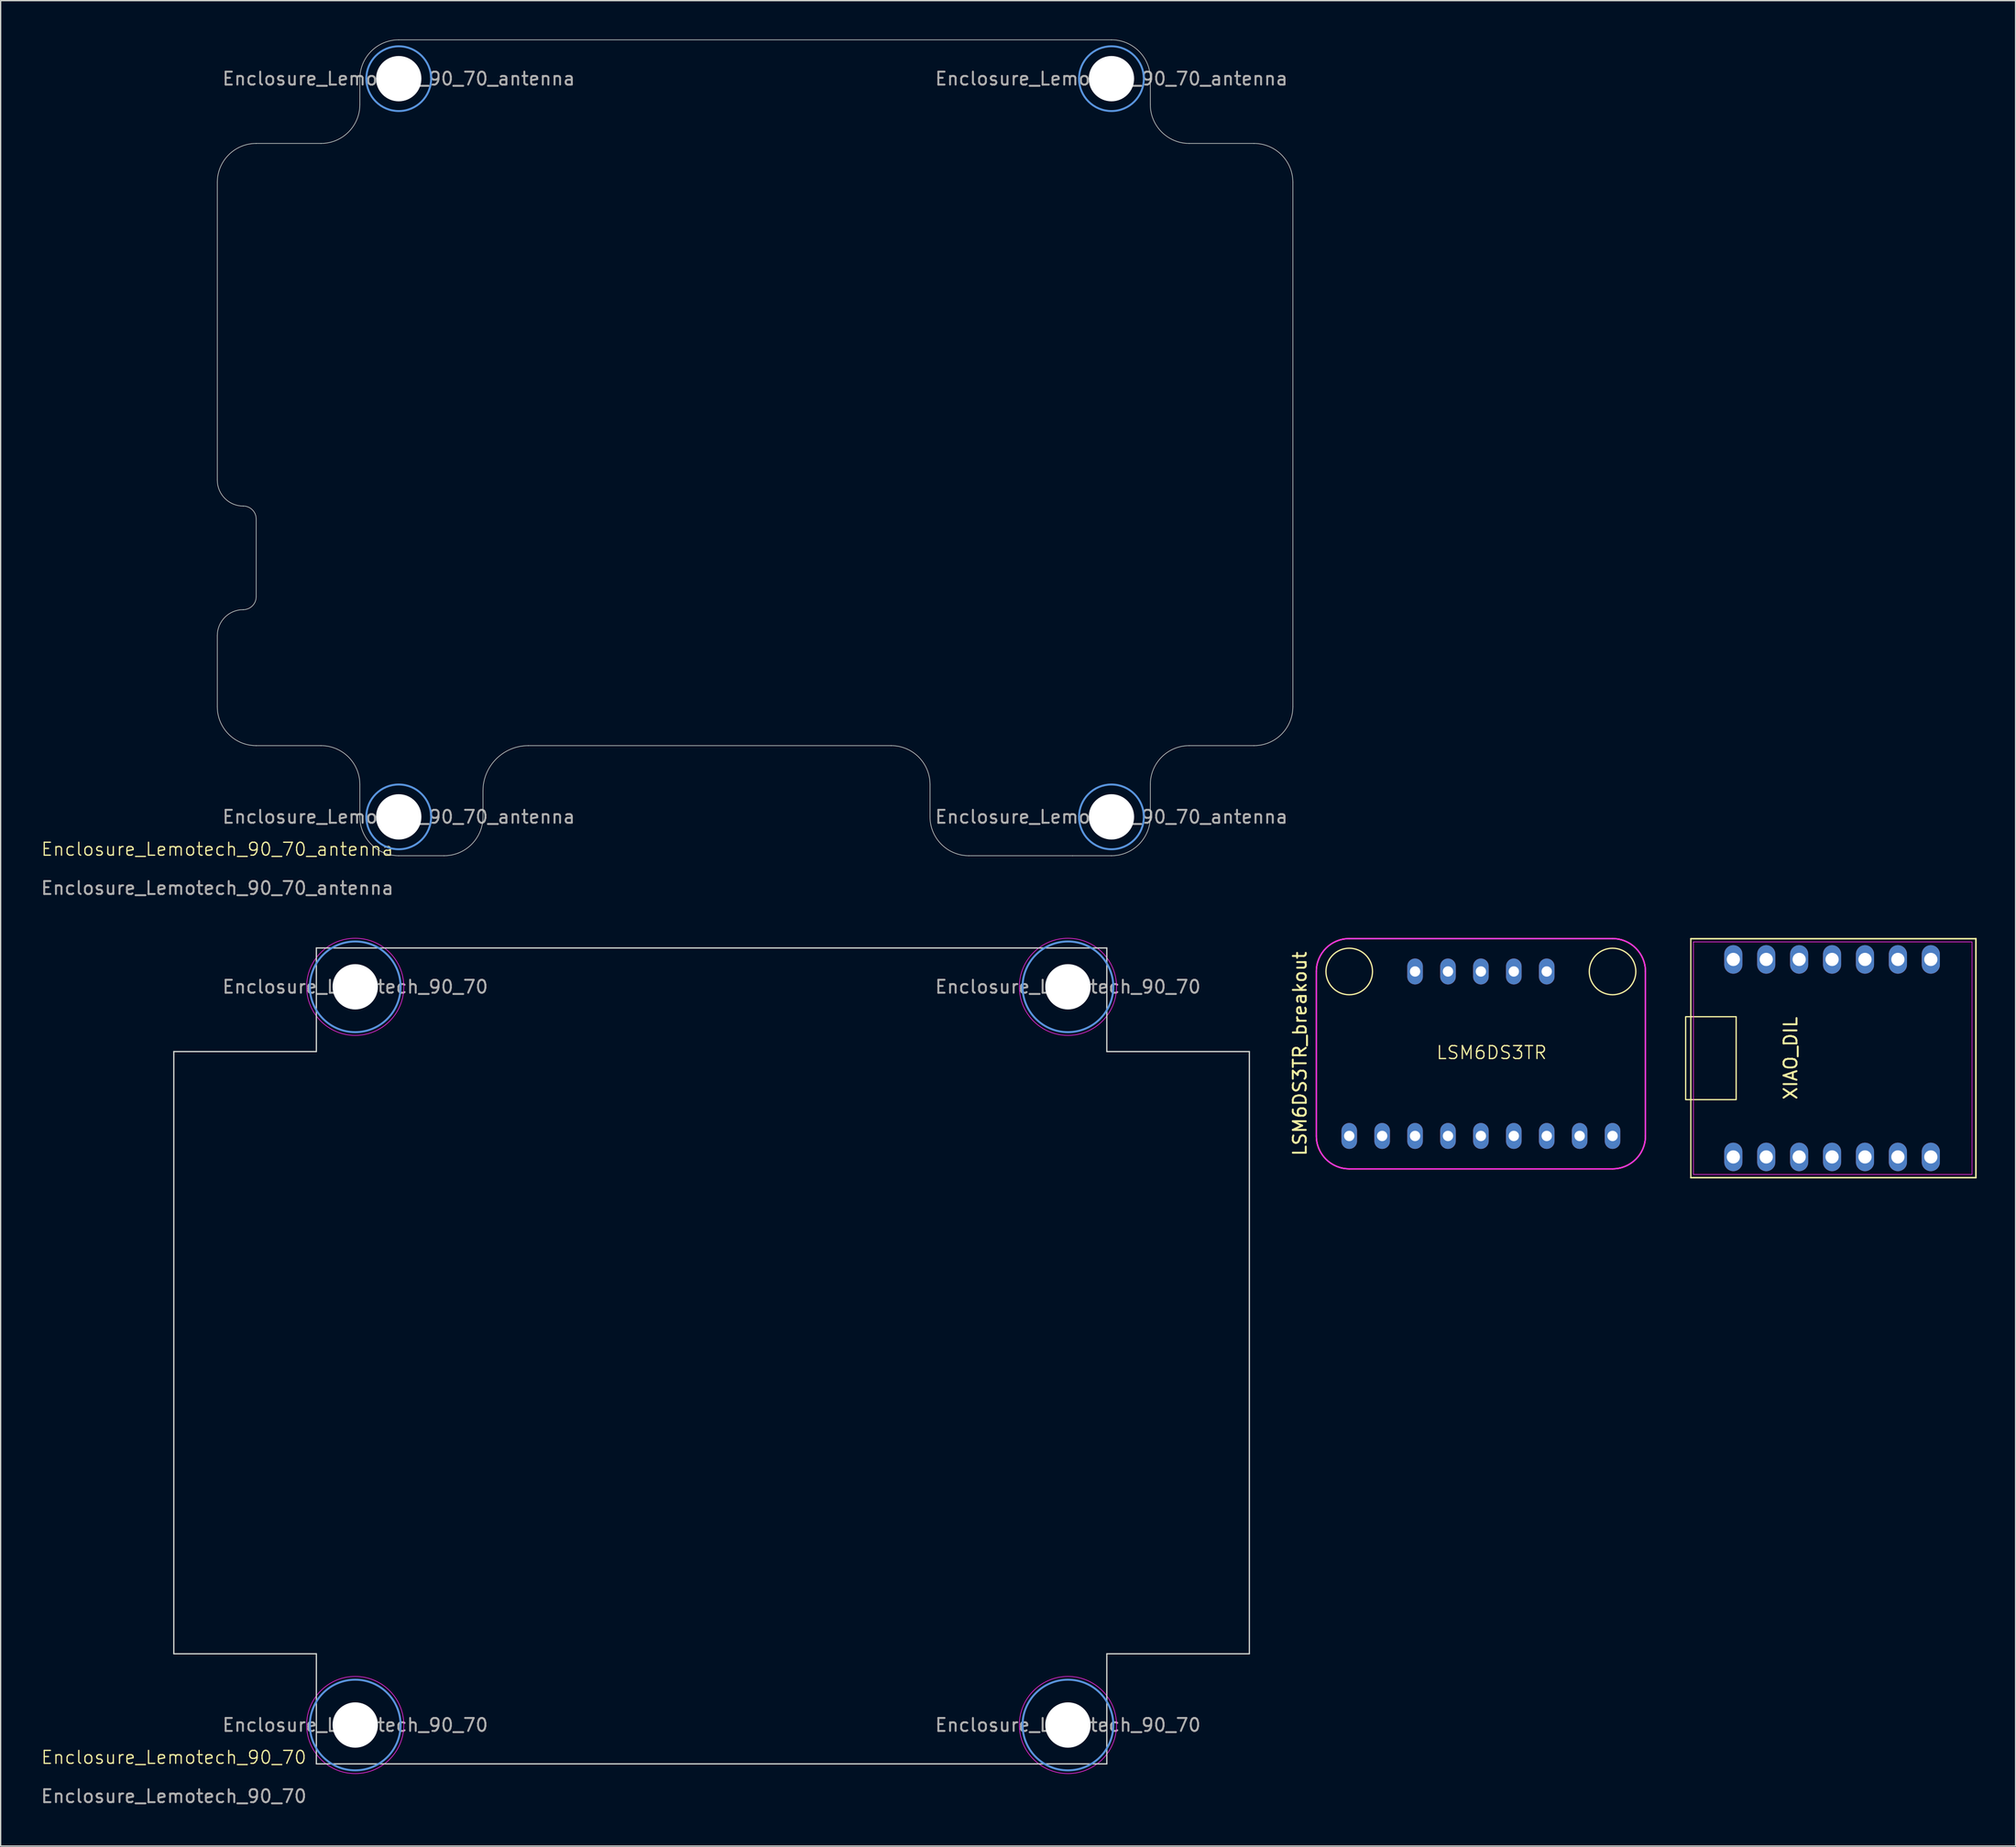
<source format=kicad_pcb>
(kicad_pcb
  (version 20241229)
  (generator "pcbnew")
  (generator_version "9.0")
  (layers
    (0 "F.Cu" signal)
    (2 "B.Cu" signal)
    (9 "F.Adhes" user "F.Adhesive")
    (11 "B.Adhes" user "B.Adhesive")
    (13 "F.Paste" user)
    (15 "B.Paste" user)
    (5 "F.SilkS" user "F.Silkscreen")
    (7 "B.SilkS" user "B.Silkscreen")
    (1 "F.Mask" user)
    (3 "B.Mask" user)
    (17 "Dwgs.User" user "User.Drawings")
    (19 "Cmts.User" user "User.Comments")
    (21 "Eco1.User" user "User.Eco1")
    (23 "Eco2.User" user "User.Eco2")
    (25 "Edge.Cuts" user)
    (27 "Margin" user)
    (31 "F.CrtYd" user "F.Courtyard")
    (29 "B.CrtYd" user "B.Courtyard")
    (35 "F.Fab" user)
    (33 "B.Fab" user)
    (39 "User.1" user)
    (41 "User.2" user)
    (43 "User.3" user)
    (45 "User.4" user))
  (footprint "XIAO_DIL"
    (layer "F.Cu")
    (at 138.331 78.658)
    (property "Reference" "XIAO_DIL" (at -3.2 0 90) (layer "F.SilkS") (effects (font (size 1 1) (thickness 0.15))))
    (fp_line (start -10.9 9.225) (end -10.9 -9.2) (stroke (width 0.1) (type default)) (layer "F.SilkS"))
    (fp_line (start -10.9 9.225) (end 11.1 9.225) (stroke (width 0.12) (type default)) (layer "F.SilkS"))
    (fp_line (start 11.1 -9.225) (end -10.9 -9.225) (stroke (width 0.12) (type default)) (layer "F.SilkS"))
    (fp_line (start 11.1 9.225) (end 11.1 -9.225) (stroke (width 0.12) (type default)) (layer "F.SilkS"))
    (fp_rect (start -11.3 -3.2) (end -7.4 3.2) (stroke (width 0.1) (type default)) (fill no) (layer "F.SilkS"))
    (fp_line (start -10.7 -8.98) (end 10.8 -8.98) (stroke (width 0.05) (type default)) (layer "F.CrtYd"))
    (fp_line (start -10.7 8.98) (end -10.7 -8.98) (stroke (width 0.05) (type default)) (layer "F.CrtYd"))
    (fp_line (start 10.8 -8.98) (end 10.8 8.98) (stroke (width 0.05) (type default)) (layer "F.CrtYd"))
    (fp_line (start 10.8 8.98) (end -10.7 8.98) (stroke (width 0.05) (type default)) (layer "F.CrtYd"))
    (pad "1" thru_hole oval (at -7.62 7.625) (size 1.4 2.2) (drill 1.02) (layers "*.Cu" "*.Mask"))
    (pad "2" thru_hole oval (at -5.08 7.625) (size 1.4 2.2) (drill 1.02) (layers "*.Cu" "*.Mask"))
    (pad "3" thru_hole oval (at -2.54 7.625) (size 1.4 2.2) (drill 1.02) (layers "*.Cu" "*.Mask"))
    (pad "4" thru_hole oval (at 0 7.625) (size 1.4 2.2) (drill 1.02) (layers "*.Cu" "*.Mask"))
    (pad "5" thru_hole oval (at 2.54 7.625) (size 1.4 2.2) (drill 1.02) (layers "*.Cu" "*.Mask"))
    (pad "6" thru_hole oval (at 5.08 7.625) (size 1.4 2.2) (drill 1.02) (layers "*.Cu" "*.Mask"))
    (pad "7" thru_hole oval (at 7.62 7.625) (size 1.4 2.2) (drill 1.02) (layers "*.Cu" "*.Mask"))
    (pad "8" thru_hole oval (at 7.62 -7.625) (size 1.4 2.2) (drill 1.02) (layers "*.Cu" "*.Mask"))
    (pad "9" thru_hole oval (at 5.08 -7.625) (size 1.4 2.2) (drill 1.02) (layers "*.Cu" "*.Mask"))
    (pad "10" thru_hole oval (at 2.54 -7.625) (size 1.4 2.2) (drill 1.02) (layers "*.Cu" "*.Mask"))
    (pad "11" thru_hole oval (at 0 -7.625) (size 1.4 2.2) (drill 1.02) (layers "*.Cu" "*.Mask"))
    (pad "12" thru_hole oval (at -2.54 -7.625) (size 1.4 2.2) (drill 1.02) (layers "*.Cu" "*.Mask"))
    (pad "13" thru_hole oval (at -5.08 -7.625) (size 1.4 2.2) (drill 1.02) (layers "*.Cu" "*.Mask"))
    (pad "14" thru_hole oval (at -7.62 -7.625) (size 1.4 2.2) (drill 1.02) (layers "*.Cu" "*.Mask")))
  (footprint "LSM6DS3TR_breakout"
    (layer "F.Cu")
    (at 111.231 78.313)
    (property "Reference" "LSM6DS3TR_breakout" (at -13.97 0 90) (layer "F.SilkS") (effects (font (size 1 1) (thickness 0.15))))
    (fp_line (start -12.7 6.35) (end -12.7 -6.35) (stroke (width 0.1) (type default)) (layer "F.SilkS"))
    (fp_line (start -10.16 -8.89) (end 10.16 -8.89) (stroke (width 0.1) (type default)) (layer "F.SilkS"))
    (fp_line (start 10.16 8.89) (end -10.16 8.89) (stroke (width 0.1) (type default)) (layer "F.SilkS"))
    (fp_line (start 12.7 -6.35) (end 12.7 6.35) (stroke (width 0.1) (type default)) (layer "F.SilkS"))
    (fp_arc (start -12.7 -6.35) (mid -11.956051 -8.146051) (end -10.16 -8.89) (stroke (width 0.1) (type default)) (layer "F.SilkS"))
    (fp_arc (start -10.16 8.89) (mid -11.956051 8.146051) (end -12.7 6.35) (stroke (width 0.1) (type default)) (layer "F.SilkS"))
    (fp_arc (start 10.16 -8.89) (mid 11.956051 -8.146051) (end 12.7 -6.35) (stroke (width 0.1) (type default)) (layer "F.SilkS"))
    (fp_arc (start 12.7 6.35) (mid 11.956051 8.146051) (end 10.16 8.89) (stroke (width 0.1) (type default)) (layer "F.SilkS"))
    (fp_circle (center -10.16 -6.35) (end -8.89 -7.62) (stroke (width 0.1) (type default)) (fill no) (layer "F.SilkS"))
    (fp_circle (center 10.16 -6.35) (end 11.43 -7.62) (stroke (width 0.1) (type default)) (fill no) (layer "F.SilkS"))
    (fp_poly (pts (arc (start 10.16 8.89) (mid 11.956051 8.146051) (end 12.7 6.35)) (arc (start 12.7 -6.35) (mid 11.956051 -8.146051) (end 10.16 -8.89)) (arc (start -10.16 -8.89) (mid -11.956051 -8.146051) (end -12.7 -6.35)) (arc (start -12.7 6.35) (mid -11.956051 8.146051) (end -10.16 8.89))) (stroke (width 0.1) (type solid)) (fill no) (layer "F.CrtYd"))
    (fp_text user "LSM6DS3TR" (at -3.5 0.5 0) (unlocked yes) (layer "F.SilkS") (effects (font (size 1 1) (thickness 0.1)) (justify left bottom)))
    (pad "1" thru_hole oval (at -10.16 6.35) (size 1.2 2) (drill 0.8) (layers "*.Cu" "*.Mask"))
    (pad "2" thru_hole oval (at -7.62 6.35) (size 1.2 2) (drill 0.8) (layers "*.Cu" "*.Mask"))
    (pad "3" thru_hole oval (at -5.08 6.35) (size 1.2 2) (drill 0.8) (layers "*.Cu" "*.Mask"))
    (pad "4" thru_hole oval (at -2.54 6.35) (size 1.2 2) (drill 0.8) (layers "*.Cu" "*.Mask"))
    (pad "5" thru_hole oval (at 0 6.35) (size 1.2 2) (drill 0.8) (layers "*.Cu" "*.Mask"))
    (pad "6" thru_hole oval (at 2.54 6.35) (size 1.2 2) (drill 0.8) (layers "*.Cu" "*.Mask"))
    (pad "7" thru_hole oval (at 5.08 6.35) (size 1.2 2) (drill 0.8) (layers "*.Cu" "*.Mask"))
    (pad "8" thru_hole oval (at 7.62 6.35) (size 1.2 2) (drill 0.8) (layers "*.Cu" "*.Mask"))
    (pad "9" thru_hole oval (at 10.16 6.35) (size 1.2 2) (drill 0.8) (layers "*.Cu" "*.Mask"))
    (pad "10" thru_hole oval (at 5.08 -6.35) (size 1.2 2) (drill 0.8) (layers "*.Cu" "*.Mask"))
    (pad "11" thru_hole oval (at 2.54 -6.35) (size 1.2 2) (drill 0.8) (layers "*.Cu" "*.Mask"))
    (pad "12" thru_hole oval (at 0 -6.35) (size 1.2 2) (drill 0.8) (layers "*.Cu" "*.Mask"))
    (pad "13" thru_hole oval (at -2.54 -6.35) (size 1.2 2) (drill 0.8) (layers "*.Cu" "*.Mask"))
    (pad "14" thru_hole oval (at -5.08 -6.35) (size 1.2 2) (drill 0.8) (layers "*.Cu" "*.Mask")))
  (footprint "Enclosure_Lemotech_90_70_antenna"
    (layer "F.Cu")
    (at 13.72 63.025)
    (property "Reference" "Enclosure_Lemotech_90_70_antenna" (at 0 -0.5 0) (unlocked yes) (layer "F.SilkS") (effects (font (size 1 1) (thickness 0.1))))
    (attr through_hole)
    (fp_circle (center 14 -60) (end 16.5 -60) (stroke (width 0.15) (type solid)) (fill no) (layer "Cmts.User"))
    (fp_circle (center 14 -3) (end 16.5 -3) (stroke (width 0.15) (type solid)) (fill no) (layer "Cmts.User"))
    (fp_circle (center 69 -60) (end 71.5 -60) (stroke (width 0.15) (type solid)) (fill no) (layer "Cmts.User"))
    (fp_circle (center 69 -3) (end 71.5 -3) (stroke (width 0.15) (type solid)) (fill no) (layer "Cmts.User"))
    (fp_line (start 0 -52) (end 0 -29) (stroke (width 0.05) (type default)) (layer "Edge.Cuts"))
    (fp_line (start 0 -17) (end 0 -11.5) (stroke (width 0.05) (type default)) (layer "Edge.Cuts"))
    (fp_line (start 3 -55) (end 8 -55) (stroke (width 0.05) (type default)) (layer "Edge.Cuts"))
    (fp_line (start 3 -26) (end 3 -20) (stroke (width 0.05) (type default)) (layer "Edge.Cuts"))
    (fp_line (start 8 -8.5) (end 3 -8.5) (stroke (width 0.05) (type default)) (layer "Edge.Cuts"))
    (fp_line (start 11 -58) (end 11 -60) (stroke (width 0.05) (type default)) (layer "Edge.Cuts"))
    (fp_line (start 11 -5.5) (end 11 -3) (stroke (width 0.05) (type default)) (layer "Edge.Cuts"))
    (fp_line (start 14 -63) (end 69 -63) (stroke (width 0.05) (type default)) (layer "Edge.Cuts"))
    (fp_line (start 14 0) (end 17.5 0) (stroke (width 0.05) (type default)) (layer "Edge.Cuts"))
    (fp_line (start 20.5 -5) (end 20.5 -3) (stroke (width 0.05) (type default)) (layer "Edge.Cuts"))
    (fp_line (start 52 -8.5) (end 24 -8.5) (stroke (width 0.05) (type default)) (layer "Edge.Cuts"))
    (fp_line (start 55 -3) (end 55 -5.5) (stroke (width 0.05) (type default)) (layer "Edge.Cuts"))
    (fp_line (start 66 0) (end 58 0) (stroke (width 0.05) (type default)) (layer "Edge.Cuts"))
    (fp_line (start 69 0) (end 66 0) (stroke (width 0.05) (type default)) (layer "Edge.Cuts"))
    (fp_line (start 72 -60) (end 72 -58) (stroke (width 0.05) (type default)) (layer "Edge.Cuts"))
    (fp_line (start 72 -5.5) (end 72 -3) (stroke (width 0.05) (type default)) (layer "Edge.Cuts"))
    (fp_line (start 75 -55) (end 80 -55) (stroke (width 0.05) (type default)) (layer "Edge.Cuts"))
    (fp_line (start 80 -8.5) (end 75 -8.5) (stroke (width 0.05) (type default)) (layer "Edge.Cuts"))
    (fp_line (start 83 -52) (end 83 -11.5) (stroke (width 0.05) (type default)) (layer "Edge.Cuts"))
    (fp_arc (start 0 -52) (mid 0.87868 -54.12132) (end 3 -55) (stroke (width 0.05) (type default)) (layer "Edge.Cuts"))
    (fp_arc (start 0 -17) (mid 0.585786 -18.414214) (end 2 -19) (stroke (width 0.05) (type default)) (layer "Edge.Cuts"))
    (fp_arc (start 2 -27) (mid 0.585786 -27.585786) (end 0 -29) (stroke (width 0.05) (type default)) (layer "Edge.Cuts"))
    (fp_arc (start 2 -27) (mid 2.707107 -26.707107) (end 3 -26) (stroke (width 0.05) (type default)) (layer "Edge.Cuts"))
    (fp_arc (start 3 -20) (mid 2.707107 -19.292894) (end 2 -19) (stroke (width 0.05) (type default)) (layer "Edge.Cuts"))
    (fp_arc (start 3 -8.5) (mid 0.87868 -9.37868) (end 0 -11.5) (stroke (width 0.05) (type default)) (layer "Edge.Cuts"))
    (fp_arc (start 8 -8.5) (mid 10.12132 -7.62132) (end 11 -5.5) (stroke (width 0.05) (type default)) (layer "Edge.Cuts"))
    (fp_arc (start 11 -60) (mid 11.87868 -62.12132) (end 14 -63) (stroke (width 0.05) (type default)) (layer "Edge.Cuts"))
    (fp_arc (start 11 -58) (mid 10.12132 -55.87868) (end 8 -55) (stroke (width 0.05) (type default)) (layer "Edge.Cuts"))
    (fp_arc (start 14 0) (mid 11.87868 -0.87868) (end 11 -3) (stroke (width 0.05) (type default)) (layer "Edge.Cuts"))
    (fp_arc (start 20.5 -5) (mid 21.525126 -7.474874) (end 24 -8.5) (stroke (width 0.05) (type default)) (layer "Edge.Cuts"))
    (fp_arc (start 20.5 -3) (mid 19.62132 -0.87868) (end 17.5 0) (stroke (width 0.05) (type default)) (layer "Edge.Cuts"))
    (fp_arc (start 52 -8.5) (mid 54.12132 -7.62132) (end 55 -5.5) (stroke (width 0.05) (type default)) (layer "Edge.Cuts"))
    (fp_arc (start 58 0) (mid 55.87868 -0.87868) (end 55 -3) (stroke (width 0.05) (type default)) (layer "Edge.Cuts"))
    (fp_arc (start 69 -63) (mid 71.12132 -62.12132) (end 72 -60) (stroke (width 0.05) (type default)) (layer "Edge.Cuts"))
    (fp_arc (start 72 -5.5) (mid 72.87868 -7.62132) (end 75 -8.5) (stroke (width 0.05) (type default)) (layer "Edge.Cuts"))
    (fp_arc (start 72 -3) (mid 71.12132 -0.87868) (end 69 0) (stroke (width 0.05) (type default)) (layer "Edge.Cuts"))
    (fp_arc (start 75 -55) (mid 72.87868 -55.87868) (end 72 -58) (stroke (width 0.05) (type default)) (layer "Edge.Cuts"))
    (fp_arc (start 80 -55) (mid 82.12132 -54.12132) (end 83 -52) (stroke (width 0.05) (type default)) (layer "Edge.Cuts"))
    (fp_arc (start 83 -11.5) (mid 82.12132 -9.37868) (end 80 -8.5) (stroke (width 0.05) (type default)) (layer "Edge.Cuts"))
    (fp_circle (center 14 -60) (end 16.5 -60) (stroke (width 0.05) (type solid)) (fill no) (layer "F.CrtYd"))
    (fp_circle (center 14 -3) (end 16.5 -3) (stroke (width 0.05) (type solid)) (fill no) (layer "F.CrtYd"))
    (fp_circle (center 69 -60) (end 71.5 -60) (stroke (width 0.05) (type solid)) (fill no) (layer "F.CrtYd"))
    (fp_circle (center 69 -3) (end 71.5 -3) (stroke (width 0.05) (type solid)) (fill no) (layer "F.CrtYd"))
    (fp_text user "${REFERENCE}" (at 69 -3 0) (layer "F.Fab") (effects (font (size 1 1) (thickness 0.15))))
    (fp_text user "${REFERENCE}" (at 0 2.5 0) (unlocked yes) (layer "F.Fab") (effects (font (size 1 1) (thickness 0.15))))
    (fp_text user "${REFERENCE}" (at 69 -60 0) (layer "F.Fab") (effects (font (size 1 1) (thickness 0.15))))
    (fp_text user "${REFERENCE}" (at 14 -3 0) (layer "F.Fab") (effects (font (size 1 1) (thickness 0.15))))
    (fp_text user "${REFERENCE}" (at 14 -60 0) (layer "F.Fab") (effects (font (size 1 1) (thickness 0.15))))
    (pad "" np_thru_hole circle (at 14 -60) (size 3.5 3.5) (drill 3.5) (layers "*.Cu" "*.Mask"))
    (pad "" np_thru_hole circle (at 14 -3) (size 3.5 3.5) (drill 3.5) (layers "*.Cu" "*.Mask"))
    (pad "" np_thru_hole circle (at 69 -60) (size 3.5 3.5) (drill 3.5) (layers "*.Cu" "*.Mask"))
    (pad "" np_thru_hole circle (at 69 -3) (size 3.5 3.5) (drill 3.5) (layers "*.Cu" "*.Mask")))
  (footprint "Enclosure_Lemotech_90_70"
    (layer "F.Cu")
    (at 10.363 133.148)
    (property "Reference" "Enclosure_Lemotech_90_70" (at 0 -0.5 0) (unlocked yes) (layer "F.SilkS") (effects (font (size 1 1) (thickness 0.1))))
    (attr through_hole)
    (fp_circle (center 14 -60) (end 17.5 -60) (stroke (width 0.15) (type solid)) (fill no) (layer "Cmts.User"))
    (fp_circle (center 14 -3) (end 17.5 -3) (stroke (width 0.15) (type solid)) (fill no) (layer "Cmts.User"))
    (fp_circle (center 69 -60) (end 72.5 -60) (stroke (width 0.15) (type solid)) (fill no) (layer "Cmts.User"))
    (fp_circle (center 69 -3) (end 72.5 -3) (stroke (width 0.15) (type solid)) (fill no) (layer "Cmts.User"))
    (fp_line (start 0 -55) (end 11 -55) (stroke (width 0.1) (type default)) (layer "Edge.Cuts"))
    (fp_line (start 0 -8.5) (end 0 -55) (stroke (width 0.1) (type default)) (layer "Edge.Cuts"))
    (fp_line (start 11 -63) (end 72 -63) (stroke (width 0.1) (type default)) (layer "Edge.Cuts"))
    (fp_line (start 11 -55) (end 11 -63) (stroke (width 0.1) (type default)) (layer "Edge.Cuts"))
    (fp_line (start 11 -8.5) (end 0 -8.5) (stroke (width 0.1) (type default)) (layer "Edge.Cuts"))
    (fp_line (start 11 0) (end 11 -8.5) (stroke (width 0.1) (type default)) (layer "Edge.Cuts"))
    (fp_line (start 72 -63) (end 72 -55) (stroke (width 0.1) (type default)) (layer "Edge.Cuts"))
    (fp_line (start 72 -55) (end 83 -55) (stroke (width 0.1) (type default)) (layer "Edge.Cuts"))
    (fp_line (start 72 -8.5) (end 72 0) (stroke (width 0.1) (type default)) (layer "Edge.Cuts"))
    (fp_line (start 72 0) (end 11 0) (stroke (width 0.1) (type default)) (layer "Edge.Cuts"))
    (fp_line (start 83 -55) (end 83 -8.5) (stroke (width 0.1) (type default)) (layer "Edge.Cuts"))
    (fp_line (start 83 -8.5) (end 72 -8.5) (stroke (width 0.1) (type default)) (layer "Edge.Cuts"))
    (fp_circle (center 14 -60) (end 17.75 -60) (stroke (width 0.05) (type solid)) (fill no) (layer "F.CrtYd"))
    (fp_circle (center 14 -3) (end 17.75 -3) (stroke (width 0.05) (type solid)) (fill no) (layer "F.CrtYd"))
    (fp_circle (center 69 -60) (end 72.75 -60) (stroke (width 0.05) (type solid)) (fill no) (layer "F.CrtYd"))
    (fp_circle (center 69 -3) (end 72.75 -3) (stroke (width 0.05) (type solid)) (fill no) (layer "F.CrtYd"))
    (fp_text user "${REFERENCE}" (at 69 -3 0) (layer "F.Fab") (effects (font (size 1 1) (thickness 0.15))))
    (fp_text user "${REFERENCE}" (at 14 -3 0) (layer "F.Fab") (effects (font (size 1 1) (thickness 0.15))))
    (fp_text user "${REFERENCE}" (at 14 -60 0) (layer "F.Fab") (effects (font (size 1 1) (thickness 0.15))))
    (fp_text user "${REFERENCE}" (at 0 2.5 0) (unlocked yes) (layer "F.Fab") (effects (font (size 1 1) (thickness 0.15))))
    (fp_text user "${REFERENCE}" (at 69 -60 0) (layer "F.Fab") (effects (font (size 1 1) (thickness 0.15))))
    (pad "" np_thru_hole circle (at 14 -60) (size 3.5 3.5) (drill 3.5) (layers "*.Cu" "*.Mask"))
    (pad "" np_thru_hole circle (at 14 -3) (size 3.5 3.5) (drill 3.5) (layers "*.Cu" "*.Mask"))
    (pad "" np_thru_hole circle (at 69 -60) (size 3.5 3.5) (drill 3.5) (layers "*.Cu" "*.Mask"))
    (pad "" np_thru_hole circle (at 69 -3) (size 3.5 3.5) (drill 3.5) (layers "*.Cu" "*.Mask")))
  (gr_rect
    (start -3 -3)
    (end 152.491 139.496)
    (stroke (width 0.1) (type default))
    (fill no)
    (layer "Edge.Cuts")))
</source>
